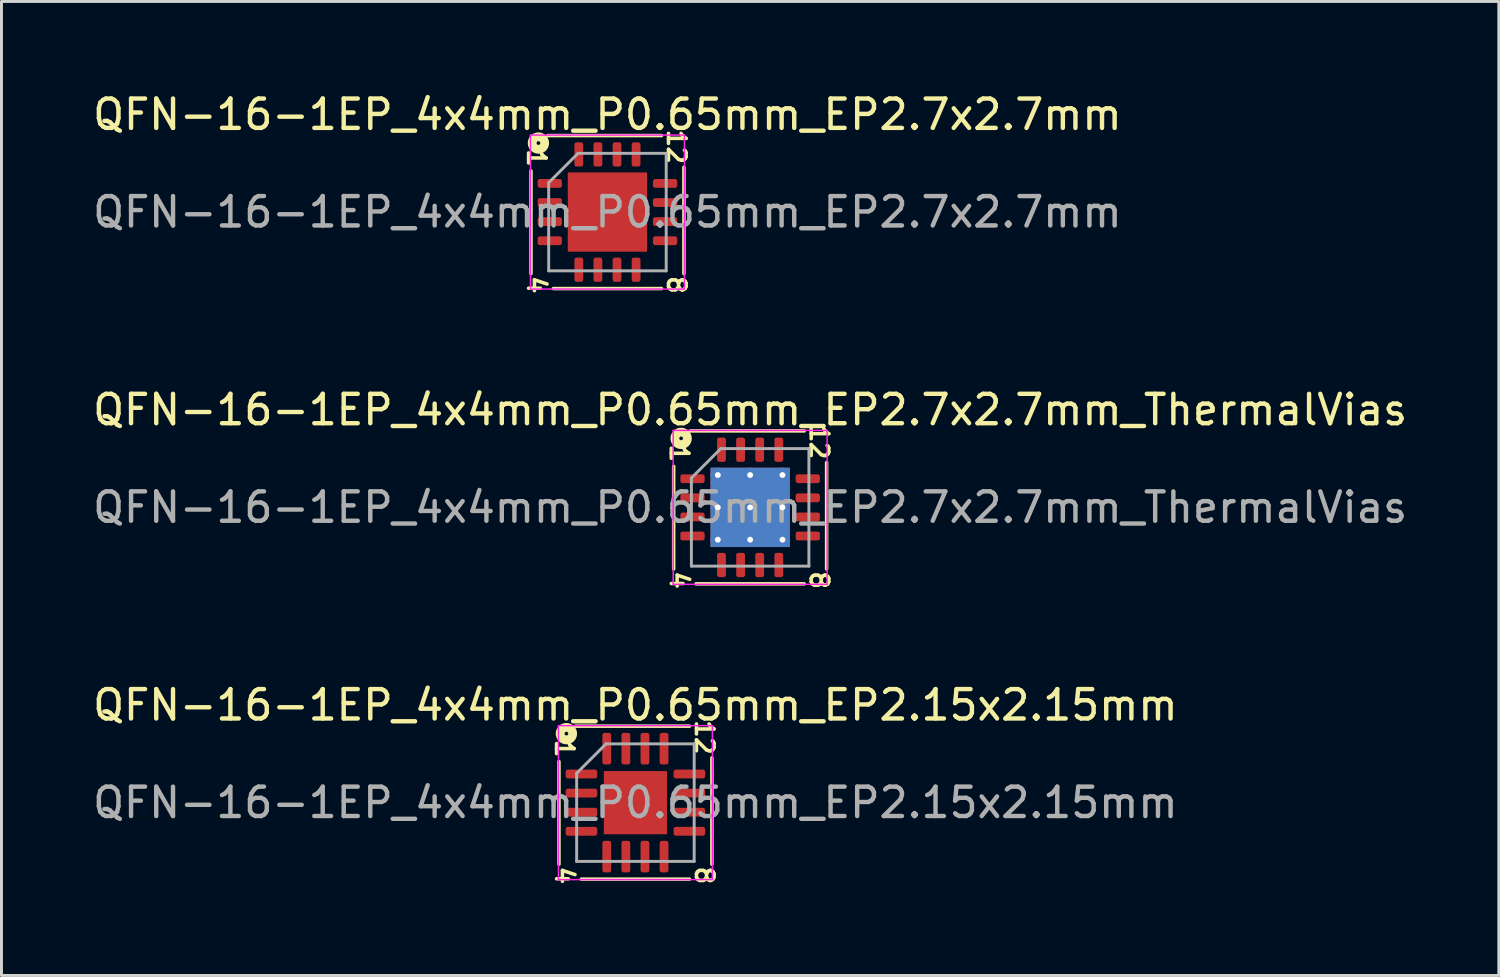
<source format=kicad_pcb>
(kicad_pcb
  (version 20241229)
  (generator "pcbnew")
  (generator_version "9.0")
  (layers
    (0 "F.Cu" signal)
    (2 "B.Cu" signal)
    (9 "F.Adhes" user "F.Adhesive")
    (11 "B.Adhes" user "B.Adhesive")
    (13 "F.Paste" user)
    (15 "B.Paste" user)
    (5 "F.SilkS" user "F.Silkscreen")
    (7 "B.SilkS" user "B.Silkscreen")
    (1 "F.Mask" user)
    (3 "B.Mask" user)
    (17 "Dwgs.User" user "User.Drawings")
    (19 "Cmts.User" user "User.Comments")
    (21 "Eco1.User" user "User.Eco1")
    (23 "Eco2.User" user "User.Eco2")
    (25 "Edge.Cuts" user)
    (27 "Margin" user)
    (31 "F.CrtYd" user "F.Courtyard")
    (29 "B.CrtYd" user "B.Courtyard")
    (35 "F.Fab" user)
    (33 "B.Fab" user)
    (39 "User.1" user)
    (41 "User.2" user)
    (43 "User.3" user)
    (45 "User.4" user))
  (footprint "QFN-16-1EP_4x4mm_P0.65mm_EP2.7x2.7mm_ThermalVias"
    (layer "F.Cu")
    (at 22.482 14.219)
    (property "Reference" "QFN-16-1EP_4x4mm_P0.65mm_EP2.7x2.7mm_ThermalVias" (at 0 -3.32 0) (layer "F.SilkS") (effects (font (size 1 1) (thickness 0.15))))
    (attr smd)
    (fp_line (start -2.603 -1.397) (end -2.603 2.095) (stroke (width 0.12) (type solid)) (layer "F.SilkS"))
    (fp_line (start -1.841 2.603) (end 1.841 2.603) (stroke (width 0.12) (type solid)) (layer "F.SilkS"))
    (fp_line (start 1.841 -2.603) (end -2.032 -2.603) (stroke (width 0.12) (type solid)) (layer "F.SilkS"))
    (fp_line (start 2.603 2.095) (end 2.603 -1.524) (stroke (width 0.12) (type solid)) (layer "F.SilkS"))
    (fp_circle (center -2.349 -2.349) (end -2.286 -2.349) (stroke (width 0.3) (type solid)) (fill no) (layer "F.SilkS"))
    (fp_line (start -2.62 -2.62) (end -2.62 2.62) (stroke (width 0.05) (type solid)) (layer "F.CrtYd"))
    (fp_line (start -2.62 2.62) (end 2.62 2.62) (stroke (width 0.05) (type solid)) (layer "F.CrtYd"))
    (fp_line (start 2.62 -2.62) (end -2.62 -2.62) (stroke (width 0.05) (type solid)) (layer "F.CrtYd"))
    (fp_line (start 2.62 2.62) (end 2.62 -2.62) (stroke (width 0.05) (type solid)) (layer "F.CrtYd"))
    (fp_line (start -2 -1) (end -1 -2) (stroke (width 0.1) (type solid)) (layer "F.Fab"))
    (fp_line (start -2 2) (end -2 -1) (stroke (width 0.1) (type solid)) (layer "F.Fab"))
    (fp_line (start -1 -2) (end 2 -2) (stroke (width 0.1) (type solid)) (layer "F.Fab"))
    (fp_line (start 2 -2) (end 2 2) (stroke (width 0.1) (type solid)) (layer "F.Fab"))
    (fp_line (start 2 2) (end -2 2) (stroke (width 0.1) (type solid)) (layer "F.Fab"))
    (fp_text user "1" (at -2.413 -1.841 270) (unlocked yes) (layer "F.SilkS") (effects (font (size 0.6 0.6) (thickness 0.12))))
    (fp_text user "12" (at 2.349 -2.223 270) (unlocked yes) (layer "F.SilkS") (effects (font (size 0.6 0.6) (thickness 0.12))))
    (fp_text user "4" (at -2.413 2.477 270) (unlocked yes) (layer "F.SilkS") (effects (font (size 0.6 0.6) (thickness 0.12))))
    (fp_text user "8" (at 2.349 2.477 270) (unlocked yes) (layer "F.SilkS") (effects (font (size 0.6 0.6) (thickness 0.12))))
    (fp_text user "${REFERENCE}" (at 0 0 0) (layer "F.Fab") (effects (font (size 1 1) (thickness 0.15))))
    (pad "" smd roundrect (at -0.675 -0.675) (size 1.17 1.17) (layers "F.Paste") (roundrect_rratio 0.214))
    (pad "" smd roundrect (at -0.675 0.675) (size 1.17 1.17) (layers "F.Paste") (roundrect_rratio 0.214))
    (pad "" smd roundrect (at 0.675 -0.675) (size 1.17 1.17) (layers "F.Paste") (roundrect_rratio 0.214))
    (pad "" smd roundrect (at 0.675 0.675) (size 1.17 1.17) (layers "F.Paste") (roundrect_rratio 0.214))
    (pad "1" smd roundrect (at -1.962 -0.975) (size 0.825 0.3) (layers "F.Cu" "F.Mask" "F.Paste") (roundrect_rratio 0.25))
    (pad "2" smd roundrect (at -1.962 -0.325) (size 0.825 0.3) (layers "F.Cu" "F.Mask" "F.Paste") (roundrect_rratio 0.25))
    (pad "3" smd roundrect (at -1.962 0.325) (size 0.825 0.3) (layers "F.Cu" "F.Mask" "F.Paste") (roundrect_rratio 0.25))
    (pad "4" smd roundrect (at -1.962 0.975) (size 0.825 0.3) (layers "F.Cu" "F.Mask" "F.Paste") (roundrect_rratio 0.25))
    (pad "5" smd roundrect (at -0.975 1.962) (size 0.3 0.825) (layers "F.Cu" "F.Mask" "F.Paste") (roundrect_rratio 0.25))
    (pad "6" smd roundrect (at -0.325 1.962) (size 0.3 0.825) (layers "F.Cu" "F.Mask" "F.Paste") (roundrect_rratio 0.25))
    (pad "7" smd roundrect (at 0.325 1.962) (size 0.3 0.825) (layers "F.Cu" "F.Mask" "F.Paste") (roundrect_rratio 0.25))
    (pad "8" smd roundrect (at 0.975 1.962) (size 0.3 0.825) (layers "F.Cu" "F.Mask" "F.Paste") (roundrect_rratio 0.25))
    (pad "9" smd roundrect (at 1.962 0.975) (size 0.825 0.3) (layers "F.Cu" "F.Mask" "F.Paste") (roundrect_rratio 0.25))
    (pad "10" smd roundrect (at 1.962 0.325) (size 0.825 0.3) (layers "F.Cu" "F.Mask" "F.Paste") (roundrect_rratio 0.25))
    (pad "11" smd roundrect (at 1.962 -0.325) (size 0.825 0.3) (layers "F.Cu" "F.Mask" "F.Paste") (roundrect_rratio 0.25))
    (pad "12" smd roundrect (at 1.962 -0.975) (size 0.825 0.3) (layers "F.Cu" "F.Mask" "F.Paste") (roundrect_rratio 0.25))
    (pad "13" smd roundrect (at 0.975 -1.962) (size 0.3 0.825) (layers "F.Cu" "F.Mask" "F.Paste") (roundrect_rratio 0.25))
    (pad "14" smd roundrect (at 0.325 -1.962) (size 0.3 0.825) (layers "F.Cu" "F.Mask" "F.Paste") (roundrect_rratio 0.25))
    (pad "15" smd roundrect (at -0.325 -1.962) (size 0.3 0.825) (layers "F.Cu" "F.Mask" "F.Paste") (roundrect_rratio 0.25))
    (pad "16" smd roundrect (at -0.975 -1.962) (size 0.3 0.825) (layers "F.Cu" "F.Mask" "F.Paste") (roundrect_rratio 0.25))
    (pad "17" thru_hole circle (at -1.1 -1.1) (size 0.5 0.5) (drill 0.2) (layers "*.Cu"))
    (pad "17" thru_hole circle (at -1.1 0) (size 0.5 0.5) (drill 0.2) (layers "*.Cu"))
    (pad "17" thru_hole circle (at -1.1 1.1) (size 0.5 0.5) (drill 0.2) (layers "*.Cu"))
    (pad "17" thru_hole circle (at 0 -1.1) (size 0.5 0.5) (drill 0.2) (layers "*.Cu"))
    (pad "17" thru_hole circle (at 0 0) (size 0.5 0.5) (drill 0.2) (layers "*.Cu"))
    (pad "17" smd rect (at 0 0) (size 2.7 2.7) (layers "F.Cu" "F.Mask"))
    (pad "17" smd rect (at 0 0) (size 2.7 2.7) (layers "B.Cu" "B.Mask"))
    (pad "17" thru_hole circle (at 0 1.1) (size 0.5 0.5) (drill 0.2) (layers "*.Cu"))
    (pad "17" thru_hole circle (at 1.1 -1.1) (size 0.5 0.5) (drill 0.2) (layers "*.Cu"))
    (pad "17" thru_hole circle (at 1.1 0) (size 0.5 0.5) (drill 0.2) (layers "*.Cu"))
    (pad "17" thru_hole circle (at 1.1 1.1) (size 0.5 0.5) (drill 0.2) (layers "*.Cu")))
  (footprint "QFN-16-1EP_4x4mm_P0.65mm_EP2.15x2.15mm"
    (layer "F.Cu")
    (at 18.577 24.269)
    (property "Reference" "QFN-16-1EP_4x4mm_P0.65mm_EP2.15x2.15mm" (at 0 -3.32 0) (layer "F.SilkS") (effects (font (size 1 1) (thickness 0.15))))
    (attr smd)
    (fp_line (start -2.603 -1.397) (end -2.603 2.095) (stroke (width 0.12) (type solid)) (layer "F.SilkS"))
    (fp_line (start -1.841 2.603) (end 1.841 2.603) (stroke (width 0.12) (type solid)) (layer "F.SilkS"))
    (fp_line (start 1.841 -2.603) (end -2.032 -2.603) (stroke (width 0.12) (type solid)) (layer "F.SilkS"))
    (fp_line (start 2.603 2.095) (end 2.603 -1.524) (stroke (width 0.12) (type solid)) (layer "F.SilkS"))
    (fp_circle (center -2.349 -2.349) (end -2.286 -2.349) (stroke (width 0.3) (type solid)) (fill no) (layer "F.SilkS"))
    (fp_line (start -2.62 -2.62) (end -2.62 2.62) (stroke (width 0.05) (type solid)) (layer "F.CrtYd"))
    (fp_line (start -2.62 2.62) (end 2.62 2.62) (stroke (width 0.05) (type solid)) (layer "F.CrtYd"))
    (fp_line (start 2.62 -2.62) (end -2.62 -2.62) (stroke (width 0.05) (type solid)) (layer "F.CrtYd"))
    (fp_line (start 2.62 2.62) (end 2.62 -2.62) (stroke (width 0.05) (type solid)) (layer "F.CrtYd"))
    (fp_line (start -2 -1) (end -1 -2) (stroke (width 0.1) (type solid)) (layer "F.Fab"))
    (fp_line (start -2 2) (end -2 -1) (stroke (width 0.1) (type solid)) (layer "F.Fab"))
    (fp_line (start -1 -2) (end 2 -2) (stroke (width 0.1) (type solid)) (layer "F.Fab"))
    (fp_line (start 2 -2) (end 2 2) (stroke (width 0.1) (type solid)) (layer "F.Fab"))
    (fp_line (start 2 2) (end -2 2) (stroke (width 0.1) (type solid)) (layer "F.Fab"))
    (fp_text user "1" (at -2.413 -1.841 270) (unlocked yes) (layer "F.SilkS") (effects (font (size 0.6 0.6) (thickness 0.12))))
    (fp_text user "8" (at 2.349 2.477 270) (unlocked yes) (layer "F.SilkS") (effects (font (size 0.6 0.6) (thickness 0.12))))
    (fp_text user "4" (at -2.413 2.477 270) (unlocked yes) (layer "F.SilkS") (effects (font (size 0.6 0.6) (thickness 0.12))))
    (fp_text user "12" (at 2.349 -2.223 270) (unlocked yes) (layer "F.SilkS") (effects (font (size 0.6 0.6) (thickness 0.12))))
    (fp_text user "${REFERENCE}" (at 0 0 0) (layer "F.Fab") (effects (font (size 1 1) (thickness 0.15))))
    (pad "" smd roundrect (at -0.54 -0.54) (size 0.87 0.87) (layers "F.Paste") (roundrect_rratio 0.25))
    (pad "" smd roundrect (at -0.54 0.54) (size 0.87 0.87) (layers "F.Paste") (roundrect_rratio 0.25))
    (pad "" smd roundrect (at 0.54 -0.54) (size 0.87 0.87) (layers "F.Paste") (roundrect_rratio 0.25))
    (pad "" smd roundrect (at 0.54 0.54) (size 0.87 0.87) (layers "F.Paste") (roundrect_rratio 0.25))
    (pad "1" smd roundrect (at -1.837 -0.975) (size 1.075 0.3) (layers "F.Cu" "F.Mask" "F.Paste") (roundrect_rratio 0.25))
    (pad "2" smd roundrect (at -1.837 -0.325) (size 1.075 0.3) (layers "F.Cu" "F.Mask" "F.Paste") (roundrect_rratio 0.25))
    (pad "3" smd roundrect (at -1.837 0.325) (size 1.075 0.3) (layers "F.Cu" "F.Mask" "F.Paste") (roundrect_rratio 0.25))
    (pad "4" smd roundrect (at -1.837 0.975) (size 1.075 0.3) (layers "F.Cu" "F.Mask" "F.Paste") (roundrect_rratio 0.25))
    (pad "5" smd roundrect (at -0.975 1.837) (size 0.3 1.075) (layers "F.Cu" "F.Mask" "F.Paste") (roundrect_rratio 0.25))
    (pad "6" smd roundrect (at -0.325 1.837) (size 0.3 1.075) (layers "F.Cu" "F.Mask" "F.Paste") (roundrect_rratio 0.25))
    (pad "7" smd roundrect (at 0.325 1.837) (size 0.3 1.075) (layers "F.Cu" "F.Mask" "F.Paste") (roundrect_rratio 0.25))
    (pad "8" smd roundrect (at 0.975 1.837) (size 0.3 1.075) (layers "F.Cu" "F.Mask" "F.Paste") (roundrect_rratio 0.25))
    (pad "9" smd roundrect (at 1.837 0.975) (size 1.075 0.3) (layers "F.Cu" "F.Mask" "F.Paste") (roundrect_rratio 0.25))
    (pad "10" smd roundrect (at 1.837 0.325) (size 1.075 0.3) (layers "F.Cu" "F.Mask" "F.Paste") (roundrect_rratio 0.25))
    (pad "11" smd roundrect (at 1.837 -0.325) (size 1.075 0.3) (layers "F.Cu" "F.Mask" "F.Paste") (roundrect_rratio 0.25))
    (pad "12" smd roundrect (at 1.837 -0.975) (size 1.075 0.3) (layers "F.Cu" "F.Mask" "F.Paste") (roundrect_rratio 0.25))
    (pad "13" smd roundrect (at 0.975 -1.837) (size 0.3 1.075) (layers "F.Cu" "F.Mask" "F.Paste") (roundrect_rratio 0.25))
    (pad "14" smd roundrect (at 0.325 -1.837) (size 0.3 1.075) (layers "F.Cu" "F.Mask" "F.Paste") (roundrect_rratio 0.25))
    (pad "15" smd roundrect (at -0.325 -1.837) (size 0.3 1.075) (layers "F.Cu" "F.Mask" "F.Paste") (roundrect_rratio 0.25))
    (pad "16" smd roundrect (at -0.975 -1.837) (size 0.3 1.075) (layers "F.Cu" "F.Mask" "F.Paste") (roundrect_rratio 0.25))
    (pad "17" smd rect (at 0 0) (size 2.15 2.15) (layers "F.Cu" "F.Mask")))
  (footprint "QFN-16-1EP_4x4mm_P0.65mm_EP2.7x2.7mm"
    (layer "F.Cu")
    (at 17.625 4.168)
    (property "Reference" "QFN-16-1EP_4x4mm_P0.65mm_EP2.7x2.7mm" (at 0 -3.32 0) (layer "F.SilkS") (effects (font (size 1 1) (thickness 0.15))))
    (attr smd)
    (fp_line (start -2.603 -1.397) (end -2.603 2.095) (stroke (width 0.12) (type solid)) (layer "F.SilkS"))
    (fp_line (start -1.841 2.603) (end 1.841 2.603) (stroke (width 0.12) (type solid)) (layer "F.SilkS"))
    (fp_line (start 1.841 -2.603) (end -2.032 -2.603) (stroke (width 0.12) (type solid)) (layer "F.SilkS"))
    (fp_line (start 2.603 2.095) (end 2.603 -1.524) (stroke (width 0.12) (type solid)) (layer "F.SilkS"))
    (fp_circle (center -2.349 -2.349) (end -2.286 -2.349) (stroke (width 0.3) (type solid)) (fill no) (layer "F.SilkS"))
    (fp_line (start -2.62 -2.62) (end -2.62 2.62) (stroke (width 0.05) (type solid)) (layer "F.CrtYd"))
    (fp_line (start -2.62 2.62) (end 2.62 2.62) (stroke (width 0.05) (type solid)) (layer "F.CrtYd"))
    (fp_line (start 2.62 -2.62) (end -2.62 -2.62) (stroke (width 0.05) (type solid)) (layer "F.CrtYd"))
    (fp_line (start 2.62 2.62) (end 2.62 -2.62) (stroke (width 0.05) (type solid)) (layer "F.CrtYd"))
    (fp_line (start -2 -1) (end -1 -2) (stroke (width 0.1) (type solid)) (layer "F.Fab"))
    (fp_line (start -2 2) (end -2 -1) (stroke (width 0.1) (type solid)) (layer "F.Fab"))
    (fp_line (start -1 -2) (end 2 -2) (stroke (width 0.1) (type solid)) (layer "F.Fab"))
    (fp_line (start 2 -2) (end 2 2) (stroke (width 0.1) (type solid)) (layer "F.Fab"))
    (fp_line (start 2 2) (end -2 2) (stroke (width 0.1) (type solid)) (layer "F.Fab"))
    (fp_text user "12" (at 2.349 -2.223 270) (unlocked yes) (layer "F.SilkS") (effects (font (size 0.6 0.6) (thickness 0.12))))
    (fp_text user "4" (at -2.413 2.477 270) (unlocked yes) (layer "F.SilkS") (effects (font (size 0.6 0.6) (thickness 0.12))))
    (fp_text user "1" (at -2.413 -1.841 270) (unlocked yes) (layer "F.SilkS") (effects (font (size 0.6 0.6) (thickness 0.12))))
    (fp_text user "8" (at 2.349 2.477 270) (unlocked yes) (layer "F.SilkS") (effects (font (size 0.6 0.6) (thickness 0.12))))
    (fp_text user "${REFERENCE}" (at 0 0 0) (layer "F.Fab") (effects (font (size 1 1) (thickness 0.15))))
    (pad "" smd roundrect (at -0.675 -0.675) (size 1.09 1.09) (layers "F.Paste") (roundrect_rratio 0.229))
    (pad "" smd roundrect (at -0.675 0.675) (size 1.09 1.09) (layers "F.Paste") (roundrect_rratio 0.229))
    (pad "" smd roundrect (at 0.675 -0.675) (size 1.09 1.09) (layers "F.Paste") (roundrect_rratio 0.229))
    (pad "" smd roundrect (at 0.675 0.675) (size 1.09 1.09) (layers "F.Paste") (roundrect_rratio 0.229))
    (pad "1" smd roundrect (at -1.962 -0.975) (size 0.825 0.3) (layers "F.Cu" "F.Mask" "F.Paste") (roundrect_rratio 0.25))
    (pad "2" smd roundrect (at -1.962 -0.325) (size 0.825 0.3) (layers "F.Cu" "F.Mask" "F.Paste") (roundrect_rratio 0.25))
    (pad "3" smd roundrect (at -1.962 0.325) (size 0.825 0.3) (layers "F.Cu" "F.Mask" "F.Paste") (roundrect_rratio 0.25))
    (pad "4" smd roundrect (at -1.962 0.975) (size 0.825 0.3) (layers "F.Cu" "F.Mask" "F.Paste") (roundrect_rratio 0.25))
    (pad "5" smd roundrect (at -0.975 1.962) (size 0.3 0.825) (layers "F.Cu" "F.Mask" "F.Paste") (roundrect_rratio 0.25))
    (pad "6" smd roundrect (at -0.325 1.962) (size 0.3 0.825) (layers "F.Cu" "F.Mask" "F.Paste") (roundrect_rratio 0.25))
    (pad "7" smd roundrect (at 0.325 1.962) (size 0.3 0.825) (layers "F.Cu" "F.Mask" "F.Paste") (roundrect_rratio 0.25))
    (pad "8" smd roundrect (at 0.975 1.962) (size 0.3 0.825) (layers "F.Cu" "F.Mask" "F.Paste") (roundrect_rratio 0.25))
    (pad "9" smd roundrect (at 1.962 0.975) (size 0.825 0.3) (layers "F.Cu" "F.Mask" "F.Paste") (roundrect_rratio 0.25))
    (pad "10" smd roundrect (at 1.962 0.325) (size 0.825 0.3) (layers "F.Cu" "F.Mask" "F.Paste") (roundrect_rratio 0.25))
    (pad "11" smd roundrect (at 1.962 -0.325) (size 0.825 0.3) (layers "F.Cu" "F.Mask" "F.Paste") (roundrect_rratio 0.25))
    (pad "12" smd roundrect (at 1.962 -0.975) (size 0.825 0.3) (layers "F.Cu" "F.Mask" "F.Paste") (roundrect_rratio 0.25))
    (pad "13" smd roundrect (at 0.975 -1.962) (size 0.3 0.825) (layers "F.Cu" "F.Mask" "F.Paste") (roundrect_rratio 0.25))
    (pad "14" smd roundrect (at 0.325 -1.962) (size 0.3 0.825) (layers "F.Cu" "F.Mask" "F.Paste") (roundrect_rratio 0.25))
    (pad "15" smd roundrect (at -0.325 -1.962) (size 0.3 0.825) (layers "F.Cu" "F.Mask" "F.Paste") (roundrect_rratio 0.25))
    (pad "16" smd roundrect (at -0.975 -1.962) (size 0.3 0.825) (layers "F.Cu" "F.Mask" "F.Paste") (roundrect_rratio 0.25))
    (pad "17" smd rect (at 0 0) (size 2.7 2.7) (layers "F.Cu" "F.Mask")))
  (gr_rect
    (start -3 -3)
    (end 47.964 30.151)
    (stroke (width 0.1) (type default))
    (fill no)
    (layer "Edge.Cuts")))
</source>
